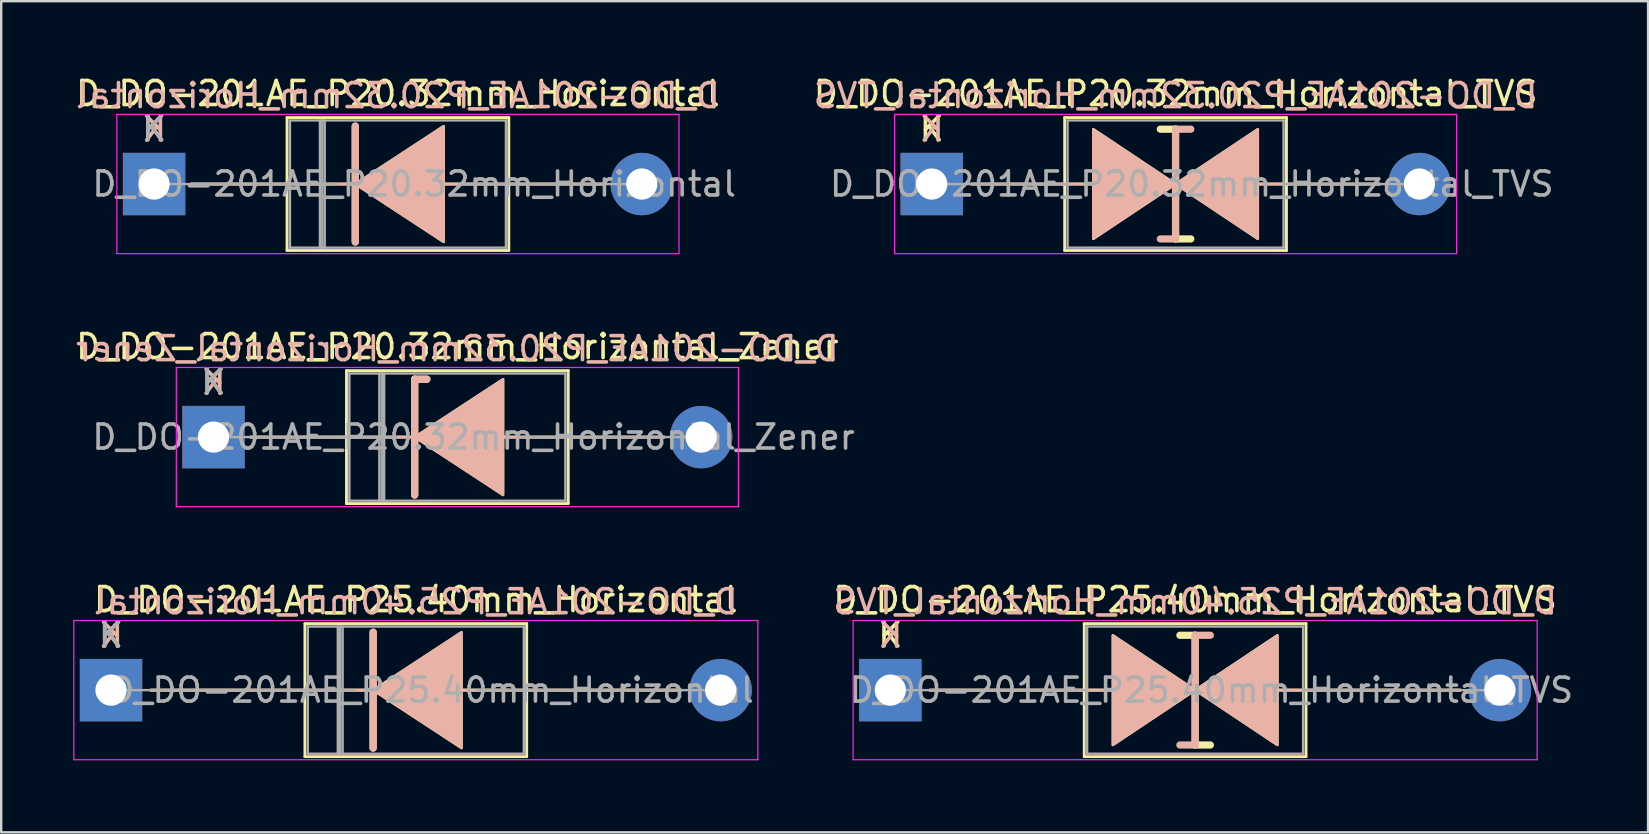
<source format=kicad_pcb>
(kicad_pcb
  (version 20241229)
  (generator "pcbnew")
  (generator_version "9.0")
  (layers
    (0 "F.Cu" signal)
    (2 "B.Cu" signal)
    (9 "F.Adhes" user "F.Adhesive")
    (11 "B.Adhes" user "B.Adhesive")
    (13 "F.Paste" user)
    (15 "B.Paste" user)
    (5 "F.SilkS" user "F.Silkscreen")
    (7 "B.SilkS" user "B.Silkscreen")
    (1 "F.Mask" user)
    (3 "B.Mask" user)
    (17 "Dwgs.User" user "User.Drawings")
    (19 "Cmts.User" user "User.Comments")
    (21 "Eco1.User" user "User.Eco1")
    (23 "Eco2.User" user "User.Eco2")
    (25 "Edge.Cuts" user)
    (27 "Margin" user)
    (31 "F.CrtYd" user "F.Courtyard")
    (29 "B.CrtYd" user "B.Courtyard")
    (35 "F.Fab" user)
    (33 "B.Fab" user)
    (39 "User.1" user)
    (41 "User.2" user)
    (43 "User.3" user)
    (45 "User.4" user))
  (footprint "D_DO-201AE_P25.40mm_Horizontal_TVS"
    (layer "F.Cu")
    (at 34.046 25.705)
    (property "Reference" "D_DO-201AE_P25.40mm_Horizontal_TVS" (at 12.7 -3.77 0) (layer "F.SilkS") (effects (font (size 1 1) (thickness 0.15))))
    (fp_line (start 1.651 0) (end 8.08 0) (stroke (width 0.12) (type solid)) (layer "F.SilkS"))
    (fp_line (start 8.08 -2.77) (end 8.08 2.77) (stroke (width 0.12) (type solid)) (layer "F.SilkS"))
    (fp_line (start 8.08 0) (end 9.271 0) (stroke (width 0.12) (type solid)) (layer "F.SilkS"))
    (fp_line (start 8.08 2.77) (end 17.32 2.77) (stroke (width 0.12) (type solid)) (layer "F.SilkS"))
    (fp_line (start 12.7 -2.286) (end 12.065 -2.286) (stroke (width 0.3) (type solid)) (layer "F.SilkS"))
    (fp_line (start 12.7 2.286) (end 12.7 -2.286) (stroke (width 0.3) (type solid)) (layer "F.SilkS"))
    (fp_line (start 13.335 2.286) (end 12.7 2.286) (stroke (width 0.3) (type solid)) (layer "F.SilkS"))
    (fp_line (start 16.129 0) (end 17.32 0) (stroke (width 0.12) (type solid)) (layer "F.SilkS"))
    (fp_line (start 17.32 -2.77) (end 8.08 -2.77) (stroke (width 0.12) (type solid)) (layer "F.SilkS"))
    (fp_line (start 17.32 2.77) (end 17.32 -2.77) (stroke (width 0.12) (type solid)) (layer "F.SilkS"))
    (fp_line (start 23.749 0) (end 17.32 0) (stroke (width 0.12) (type solid)) (layer "F.SilkS"))
    (fp_poly (pts (xy 12.7 0) (xy 9.271 2.286) (xy 9.271 -2.286)) (stroke (width 0.1) (type solid)) (fill yes) (layer "F.SilkS"))
    (fp_poly (pts (xy 12.7 0) (xy 16.129 -2.286) (xy 16.129 2.286)) (stroke (width 0.1) (type solid)) (fill yes) (layer "F.SilkS"))
    (fp_line (start 1.651 0) (end 8.08 0) (stroke (width 0.12) (type solid)) (layer "B.SilkS"))
    (fp_line (start 8.08 0) (end 9.271 0) (stroke (width 0.12) (type solid)) (layer "B.SilkS"))
    (fp_line (start 12.7 -2.286) (end 12.7 2.286) (stroke (width 0.3) (type solid)) (layer "B.SilkS"))
    (fp_line (start 12.7 2.286) (end 12.065 2.286) (stroke (width 0.3) (type solid)) (layer "B.SilkS"))
    (fp_line (start 13.335 -2.286) (end 12.7 -2.286) (stroke (width 0.3) (type solid)) (layer "B.SilkS"))
    (fp_line (start 16.129 0) (end 17.32 0) (stroke (width 0.12) (type solid)) (layer "B.SilkS"))
    (fp_line (start 23.749 0) (end 17.32 0) (stroke (width 0.12) (type solid)) (layer "B.SilkS"))
    (fp_poly (pts (xy 12.7 0) (xy 9.271 -2.286) (xy 9.271 2.286)) (stroke (width 0.1) (type solid)) (fill yes) (layer "B.SilkS"))
    (fp_poly (pts (xy 12.7 0) (xy 16.129 2.286) (xy 16.129 -2.286)) (stroke (width 0.1) (type solid)) (fill yes) (layer "B.SilkS"))
    (fp_line (start -1.55 -2.9) (end -1.55 2.9) (stroke (width 0.05) (type solid)) (layer "F.CrtYd"))
    (fp_line (start -1.55 2.9) (end 26.95 2.9) (stroke (width 0.05) (type solid)) (layer "F.CrtYd"))
    (fp_line (start 26.95 -2.9) (end -1.55 -2.9) (stroke (width 0.05) (type solid)) (layer "F.CrtYd"))
    (fp_line (start 26.95 2.9) (end 26.95 -2.9) (stroke (width 0.05) (type solid)) (layer "F.CrtYd"))
    (fp_line (start 0 0) (end 8.2 0) (stroke (width 0.1) (type solid)) (layer "F.Fab"))
    (fp_line (start 8.2 -2.65) (end 8.2 2.65) (stroke (width 0.1) (type solid)) (layer "F.Fab"))
    (fp_line (start 8.2 2.65) (end 17.2 2.65) (stroke (width 0.1) (type solid)) (layer "F.Fab"))
    (fp_line (start 17.2 -2.65) (end 8.2 -2.65) (stroke (width 0.1) (type solid)) (layer "F.Fab"))
    (fp_line (start 17.2 2.65) (end 17.2 -2.65) (stroke (width 0.1) (type solid)) (layer "F.Fab"))
    (fp_line (start 25.4 0) (end 17.2 0) (stroke (width 0.1) (type solid)) (layer "F.Fab"))
    (fp_text user "K" (at 0 -2.3 0) (layer "F.SilkS") (effects (font (size 1 1) (thickness 0.15))))
    (fp_text user "${REFERENCE}" (at 12.7 -3.683 0) (layer "B.SilkS") (effects (font (size 1 1) (thickness 0.15)) (justify mirror)))
    (fp_text user "K" (at 0 -2.286 0) (layer "B.SilkS") (effects (font (size 1 1) (thickness 0.15)) (justify mirror)))
    (fp_text user "${REFERENCE}" (at 13.375 0 0) (layer "F.Fab") (effects (font (size 1 1) (thickness 0.15))))
    (pad "1" thru_hole rect (at 0 0) (size 2.6 2.6) (drill 1.3) (layers "*.Cu" "*.Mask"))
    (pad "2" thru_hole oval (at 25.4 0) (size 2.6 2.6) (drill 1.3) (layers "*.Cu" "*.Mask")))
  (footprint "D_DO-201AE_P20.32mm_Horizontal_Zener"
    (layer "F.Cu")
    (at 5.846 15.162)
    (property "Reference" "D_DO-201AE_P20.32mm_Horizontal_Zener" (at 10.16 -3.77 0) (layer "F.SilkS") (effects (font (size 1 1) (thickness 0.15))))
    (fp_line (start 1.54 0) (end 5.54 0) (stroke (width 0.12) (type solid)) (layer "F.SilkS"))
    (fp_line (start 5.54 -2.77) (end 5.54 2.77) (stroke (width 0.12) (type solid)) (layer "F.SilkS"))
    (fp_line (start 5.54 2.77) (end 14.78 2.77) (stroke (width 0.12) (type solid)) (layer "F.SilkS"))
    (fp_line (start 8.382 -2.413) (end 8.382 2.413) (stroke (width 0.3) (type solid)) (layer "F.SilkS"))
    (fp_line (start 8.382 -2.413) (end 8.89 -2.413) (stroke (width 0.3) (type solid)) (layer "F.SilkS"))
    (fp_line (start 8.509 0) (end 5.54 0) (stroke (width 0.12) (type solid)) (layer "F.SilkS"))
    (fp_line (start 12.065 0) (end 14.78 0) (stroke (width 0.12) (type solid)) (layer "F.SilkS"))
    (fp_line (start 14.78 -2.77) (end 5.54 -2.77) (stroke (width 0.12) (type solid)) (layer "F.SilkS"))
    (fp_line (start 14.78 2.77) (end 14.78 -2.77) (stroke (width 0.12) (type solid)) (layer "F.SilkS"))
    (fp_line (start 18.78 0) (end 14.78 0) (stroke (width 0.12) (type solid)) (layer "F.SilkS"))
    (fp_poly (pts (xy 12.065 2.413) (xy 8.382 0) (xy 12.065 -2.413)) (stroke (width 0.1) (type solid)) (fill yes) (layer "F.SilkS"))
    (fp_line (start 1.54 0) (end 5.54 0) (stroke (width 0.12) (type solid)) (layer "B.SilkS"))
    (fp_line (start 8.382 -2.413) (end 8.89 -2.413) (stroke (width 0.3) (type solid)) (layer "B.SilkS"))
    (fp_line (start 8.382 2.413) (end 8.382 -2.413) (stroke (width 0.3) (type solid)) (layer "B.SilkS"))
    (fp_line (start 8.509 0) (end 5.54 0) (stroke (width 0.12) (type solid)) (layer "B.SilkS"))
    (fp_line (start 12.065 0) (end 14.78 0) (stroke (width 0.12) (type solid)) (layer "B.SilkS"))
    (fp_line (start 18.78 0) (end 14.78 0) (stroke (width 0.12) (type solid)) (layer "B.SilkS"))
    (fp_poly (pts (xy 12.065 -2.413) (xy 8.382 0) (xy 12.065 2.413)) (stroke (width 0.1) (type solid)) (fill yes) (layer "B.SilkS"))
    (fp_line (start -1.55 -2.9) (end -1.55 2.9) (stroke (width 0.05) (type solid)) (layer "F.CrtYd"))
    (fp_line (start -1.55 2.9) (end 21.87 2.9) (stroke (width 0.05) (type solid)) (layer "F.CrtYd"))
    (fp_line (start 21.87 -2.9) (end -1.55 -2.9) (stroke (width 0.05) (type solid)) (layer "F.CrtYd"))
    (fp_line (start 21.87 2.9) (end 21.87 -2.9) (stroke (width 0.05) (type solid)) (layer "F.CrtYd"))
    (fp_line (start 0 0) (end 7.62 0) (stroke (width 0.1) (type solid)) (layer "F.Fab"))
    (fp_line (start 5.66 -2.65) (end 5.66 2.65) (stroke (width 0.1) (type solid)) (layer "F.Fab"))
    (fp_line (start 5.66 2.65) (end 14.66 2.65) (stroke (width 0.1) (type solid)) (layer "F.Fab"))
    (fp_line (start 6.91 -2.65) (end 6.91 2.65) (stroke (width 0.1) (type solid)) (layer "F.Fab"))
    (fp_line (start 7.01 -2.65) (end 7.01 2.65) (stroke (width 0.1) (type solid)) (layer "F.Fab"))
    (fp_line (start 7.11 -2.65) (end 7.11 2.65) (stroke (width 0.1) (type solid)) (layer "F.Fab"))
    (fp_line (start 14.66 -2.65) (end 5.66 -2.65) (stroke (width 0.1) (type solid)) (layer "F.Fab"))
    (fp_line (start 14.66 2.65) (end 14.66 -2.65) (stroke (width 0.1) (type solid)) (layer "F.Fab"))
    (fp_line (start 20.32 0) (end 12.7 0) (stroke (width 0.1) (type solid)) (layer "F.Fab"))
    (fp_text user "K" (at 0 -2.3 0) (layer "F.SilkS") (effects (font (size 1 1) (thickness 0.15))))
    (fp_text user "${REFERENCE}" (at 10.16 -3.683 0) (layer "B.SilkS") (effects (font (size 1 1) (thickness 0.15)) (justify mirror)))
    (fp_text user "K" (at 0 -2.286 0) (layer "B.SilkS") (effects (font (size 1 1) (thickness 0.15)) (justify mirror)))
    (fp_text user "${REFERENCE}" (at 10.835 0 0) (layer "F.Fab") (effects (font (size 1 1) (thickness 0.15))))
    (fp_text user "K" (at 0 -2.3 0) (layer "F.Fab") (effects (font (size 1 1) (thickness 0.15))))
    (pad "1" thru_hole rect (at 0 0) (size 2.6 2.6) (drill 1.3) (layers "*.Cu" "*.Mask"))
    (pad "2" thru_hole oval (at 20.32 0) (size 2.6 2.6) (drill 1.3) (layers "*.Cu" "*.Mask")))
  (footprint "D_DO-201AE_P20.32mm_Horizontal"
    (layer "F.Cu")
    (at 3.37 4.618)
    (property "Reference" "D_DO-201AE_P20.32mm_Horizontal" (at 10.16 -3.77 0) (layer "F.SilkS") (effects (font (size 1 1) (thickness 0.15))))
    (fp_line (start 1.54 0) (end 5.54 0) (stroke (width 0.12) (type solid)) (layer "F.SilkS"))
    (fp_line (start 5.54 -2.77) (end 5.54 2.77) (stroke (width 0.12) (type solid)) (layer "F.SilkS"))
    (fp_line (start 5.54 2.77) (end 14.78 2.77) (stroke (width 0.12) (type solid)) (layer "F.SilkS"))
    (fp_line (start 8.382 -2.413) (end 8.382 2.413) (stroke (width 0.3) (type solid)) (layer "F.SilkS"))
    (fp_line (start 8.509 0) (end 5.54 0) (stroke (width 0.12) (type solid)) (layer "F.SilkS"))
    (fp_line (start 12.065 0) (end 14.78 0) (stroke (width 0.12) (type solid)) (layer "F.SilkS"))
    (fp_line (start 14.78 -2.77) (end 5.54 -2.77) (stroke (width 0.12) (type solid)) (layer "F.SilkS"))
    (fp_line (start 14.78 2.77) (end 14.78 -2.77) (stroke (width 0.12) (type solid)) (layer "F.SilkS"))
    (fp_line (start 18.78 0) (end 14.78 0) (stroke (width 0.12) (type solid)) (layer "F.SilkS"))
    (fp_poly (pts (xy 12.065 2.413) (xy 8.382 0) (xy 12.065 -2.413)) (stroke (width 0.1) (type solid)) (fill yes) (layer "F.SilkS"))
    (fp_line (start 1.54 0) (end 5.54 0) (stroke (width 0.12) (type solid)) (layer "B.SilkS"))
    (fp_line (start 8.382 2.413) (end 8.382 -2.413) (stroke (width 0.3) (type solid)) (layer "B.SilkS"))
    (fp_line (start 8.509 0) (end 5.54 0) (stroke (width 0.12) (type solid)) (layer "B.SilkS"))
    (fp_line (start 12.065 0) (end 14.78 0) (stroke (width 0.12) (type solid)) (layer "B.SilkS"))
    (fp_line (start 18.78 0) (end 14.78 0) (stroke (width 0.12) (type solid)) (layer "B.SilkS"))
    (fp_poly (pts (xy 12.065 -2.413) (xy 8.382 0) (xy 12.065 2.413)) (stroke (width 0.1) (type solid)) (fill yes) (layer "B.SilkS"))
    (fp_line (start -1.55 -2.9) (end -1.55 2.9) (stroke (width 0.05) (type solid)) (layer "F.CrtYd"))
    (fp_line (start -1.55 2.9) (end 21.87 2.9) (stroke (width 0.05) (type solid)) (layer "F.CrtYd"))
    (fp_line (start 21.87 -2.9) (end -1.55 -2.9) (stroke (width 0.05) (type solid)) (layer "F.CrtYd"))
    (fp_line (start 21.87 2.9) (end 21.87 -2.9) (stroke (width 0.05) (type solid)) (layer "F.CrtYd"))
    (fp_line (start 0 0) (end 7.62 0) (stroke (width 0.1) (type solid)) (layer "F.Fab"))
    (fp_line (start 5.66 -2.65) (end 5.66 2.65) (stroke (width 0.1) (type solid)) (layer "F.Fab"))
    (fp_line (start 5.66 2.65) (end 14.66 2.65) (stroke (width 0.1) (type solid)) (layer "F.Fab"))
    (fp_line (start 6.91 -2.65) (end 6.91 2.65) (stroke (width 0.1) (type solid)) (layer "F.Fab"))
    (fp_line (start 7.01 -2.65) (end 7.01 2.65) (stroke (width 0.1) (type solid)) (layer "F.Fab"))
    (fp_line (start 7.11 -2.65) (end 7.11 2.65) (stroke (width 0.1) (type solid)) (layer "F.Fab"))
    (fp_line (start 14.66 -2.65) (end 5.66 -2.65) (stroke (width 0.1) (type solid)) (layer "F.Fab"))
    (fp_line (start 14.66 2.65) (end 14.66 -2.65) (stroke (width 0.1) (type solid)) (layer "F.Fab"))
    (fp_line (start 20.32 0) (end 12.7 0) (stroke (width 0.1) (type solid)) (layer "F.Fab"))
    (fp_text user "K" (at 0 -2.3 0) (layer "F.SilkS") (effects (font (size 1 1) (thickness 0.15))))
    (fp_text user "K" (at 0 -2.286 0) (layer "B.SilkS") (effects (font (size 1 1) (thickness 0.15)) (justify mirror)))
    (fp_text user "${REFERENCE}" (at 10.16 -3.683 0) (layer "B.SilkS") (effects (font (size 1 1) (thickness 0.15)) (justify mirror)))
    (fp_text user "${REFERENCE}" (at 10.835 0 0) (layer "F.Fab") (effects (font (size 1 1) (thickness 0.15))))
    (fp_text user "K" (at 0 -2.3 0) (layer "F.Fab") (effects (font (size 1 1) (thickness 0.15))))
    (pad "1" thru_hole rect (at 0 0) (size 2.6 2.6) (drill 1.3) (layers "*.Cu" "*.Mask"))
    (pad "2" thru_hole oval (at 20.32 0) (size 2.6 2.6) (drill 1.3) (layers "*.Cu" "*.Mask")))
  (footprint "D_DO-201AE_P20.32mm_Horizontal_TVS"
    (layer "F.Cu")
    (at 35.771 4.618)
    (property "Reference" "D_DO-201AE_P20.32mm_Horizontal_TVS" (at 10.16 -3.77 0) (layer "F.SilkS") (effects (font (size 1 1) (thickness 0.15))))
    (fp_line (start 1.651 0) (end 5.54 0) (stroke (width 0.12) (type solid)) (layer "F.SilkS"))
    (fp_line (start 5.54 -2.77) (end 5.54 2.77) (stroke (width 0.12) (type solid)) (layer "F.SilkS"))
    (fp_line (start 5.54 0) (end 6.731 0) (stroke (width 0.12) (type solid)) (layer "F.SilkS"))
    (fp_line (start 5.54 2.77) (end 14.78 2.77) (stroke (width 0.12) (type solid)) (layer "F.SilkS"))
    (fp_line (start 10.16 -2.286) (end 9.525 -2.286) (stroke (width 0.3) (type solid)) (layer "F.SilkS"))
    (fp_line (start 10.16 2.286) (end 10.16 -2.286) (stroke (width 0.3) (type solid)) (layer "F.SilkS"))
    (fp_line (start 10.795 2.286) (end 10.16 2.286) (stroke (width 0.3) (type solid)) (layer "F.SilkS"))
    (fp_line (start 13.589 0) (end 14.78 0) (stroke (width 0.12) (type solid)) (layer "F.SilkS"))
    (fp_line (start 14.78 -2.77) (end 5.54 -2.77) (stroke (width 0.12) (type solid)) (layer "F.SilkS"))
    (fp_line (start 14.78 2.77) (end 14.78 -2.77) (stroke (width 0.12) (type solid)) (layer "F.SilkS"))
    (fp_line (start 18.669 0) (end 14.78 0) (stroke (width 0.12) (type solid)) (layer "F.SilkS"))
    (fp_poly (pts (xy 10.16 0) (xy 6.731 2.286) (xy 6.731 -2.286)) (stroke (width 0.1) (type solid)) (fill yes) (layer "F.SilkS"))
    (fp_poly (pts (xy 10.16 0) (xy 13.589 -2.286) (xy 13.589 2.286)) (stroke (width 0.1) (type solid)) (fill yes) (layer "F.SilkS"))
    (fp_line (start 1.651 0) (end 5.54 0) (stroke (width 0.12) (type solid)) (layer "B.SilkS"))
    (fp_line (start 5.54 0) (end 6.731 0) (stroke (width 0.12) (type solid)) (layer "B.SilkS"))
    (fp_line (start 10.16 -2.286) (end 10.16 2.286) (stroke (width 0.3) (type solid)) (layer "B.SilkS"))
    (fp_line (start 10.16 2.286) (end 9.525 2.286) (stroke (width 0.3) (type solid)) (layer "B.SilkS"))
    (fp_line (start 10.795 -2.286) (end 10.16 -2.286) (stroke (width 0.3) (type solid)) (layer "B.SilkS"))
    (fp_line (start 13.589 0) (end 14.78 0) (stroke (width 0.12) (type solid)) (layer "B.SilkS"))
    (fp_line (start 18.669 0) (end 14.78 0) (stroke (width 0.12) (type solid)) (layer "B.SilkS"))
    (fp_poly (pts (xy 10.16 0) (xy 6.731 -2.286) (xy 6.731 2.286)) (stroke (width 0.1) (type solid)) (fill yes) (layer "B.SilkS"))
    (fp_poly (pts (xy 10.16 0) (xy 13.589 2.286) (xy 13.589 -2.286)) (stroke (width 0.1) (type solid)) (fill yes) (layer "B.SilkS"))
    (fp_line (start -1.55 -2.9) (end -1.55 2.9) (stroke (width 0.05) (type solid)) (layer "F.CrtYd"))
    (fp_line (start -1.55 2.9) (end 21.87 2.9) (stroke (width 0.05) (type solid)) (layer "F.CrtYd"))
    (fp_line (start 21.87 -2.9) (end -1.55 -2.9) (stroke (width 0.05) (type solid)) (layer "F.CrtYd"))
    (fp_line (start 21.87 2.9) (end 21.87 -2.9) (stroke (width 0.05) (type solid)) (layer "F.CrtYd"))
    (fp_line (start 0 0) (end 5.66 0) (stroke (width 0.1) (type solid)) (layer "F.Fab"))
    (fp_line (start 5.66 -2.65) (end 5.66 2.65) (stroke (width 0.1) (type solid)) (layer "F.Fab"))
    (fp_line (start 5.66 2.65) (end 14.66 2.65) (stroke (width 0.1) (type solid)) (layer "F.Fab"))
    (fp_line (start 14.66 -2.65) (end 5.66 -2.65) (stroke (width 0.1) (type solid)) (layer "F.Fab"))
    (fp_line (start 14.66 2.65) (end 14.66 -2.65) (stroke (width 0.1) (type solid)) (layer "F.Fab"))
    (fp_line (start 20.32 0) (end 14.66 0) (stroke (width 0.1) (type solid)) (layer "F.Fab"))
    (fp_text user "K" (at 0 -2.3 0) (layer "F.SilkS") (effects (font (size 1 1) (thickness 0.15))))
    (fp_text user "K" (at 0 -2.286 0) (layer "B.SilkS") (effects (font (size 1 1) (thickness 0.15)) (justify mirror)))
    (fp_text user "${REFERENCE}" (at 10.16 -3.683 0) (layer "B.SilkS") (effects (font (size 1 1) (thickness 0.15)) (justify mirror)))
    (fp_text user "${REFERENCE}" (at 10.835 0 0) (layer "F.Fab") (effects (font (size 1 1) (thickness 0.15))))
    (pad "1" thru_hole rect (at 0 0) (size 2.6 2.6) (drill 1.3) (layers "*.Cu" "*.Mask"))
    (pad "2" thru_hole oval (at 20.32 0) (size 2.6 2.6) (drill 1.3) (layers "*.Cu" "*.Mask")))
  (footprint "D_DO-201AE_P25.40mm_Horizontal"
    (layer "F.Cu")
    (at 1.575 25.705)
    (property "Reference" "D_DO-201AE_P25.40mm_Horizontal" (at 12.7 -3.77 0) (layer "F.SilkS") (effects (font (size 1 1) (thickness 0.15))))
    (fp_line (start 1.651 0) (end 8.08 0) (stroke (width 0.12) (type solid)) (layer "F.SilkS"))
    (fp_line (start 8.08 -2.77) (end 8.08 2.77) (stroke (width 0.12) (type solid)) (layer "F.SilkS"))
    (fp_line (start 8.08 2.77) (end 17.32 2.77) (stroke (width 0.12) (type solid)) (layer "F.SilkS"))
    (fp_line (start 10.922 -2.413) (end 10.922 2.413) (stroke (width 0.3) (type solid)) (layer "F.SilkS"))
    (fp_line (start 11.049 0) (end 8.08 0) (stroke (width 0.12) (type solid)) (layer "F.SilkS"))
    (fp_line (start 14.605 0) (end 17.32 0) (stroke (width 0.12) (type solid)) (layer "F.SilkS"))
    (fp_line (start 17.32 -2.77) (end 8.08 -2.77) (stroke (width 0.12) (type solid)) (layer "F.SilkS"))
    (fp_line (start 17.32 2.77) (end 17.32 -2.77) (stroke (width 0.12) (type solid)) (layer "F.SilkS"))
    (fp_line (start 23.749 0) (end 17.32 0) (stroke (width 0.12) (type solid)) (layer "F.SilkS"))
    (fp_poly (pts (xy 14.605 2.413) (xy 10.922 0) (xy 14.605 -2.413)) (stroke (width 0.1) (type solid)) (fill yes) (layer "F.SilkS"))
    (fp_line (start 1.651 0) (end 8.08 0) (stroke (width 0.12) (type solid)) (layer "B.SilkS"))
    (fp_line (start 10.922 2.413) (end 10.922 -2.413) (stroke (width 0.3) (type solid)) (layer "B.SilkS"))
    (fp_line (start 11.049 0) (end 8.08 0) (stroke (width 0.12) (type solid)) (layer "B.SilkS"))
    (fp_line (start 14.605 0) (end 17.32 0) (stroke (width 0.12) (type solid)) (layer "B.SilkS"))
    (fp_line (start 23.749 0) (end 17.32 0) (stroke (width 0.12) (type solid)) (layer "B.SilkS"))
    (fp_poly (pts (xy 14.605 -2.413) (xy 10.922 0) (xy 14.605 2.413)) (stroke (width 0.1) (type solid)) (fill yes) (layer "B.SilkS"))
    (fp_line (start -1.55 -2.9) (end -1.55 2.9) (stroke (width 0.05) (type solid)) (layer "F.CrtYd"))
    (fp_line (start -1.55 2.9) (end 26.95 2.9) (stroke (width 0.05) (type solid)) (layer "F.CrtYd"))
    (fp_line (start 26.95 -2.9) (end -1.55 -2.9) (stroke (width 0.05) (type solid)) (layer "F.CrtYd"))
    (fp_line (start 26.95 2.9) (end 26.95 -2.9) (stroke (width 0.05) (type solid)) (layer "F.CrtYd"))
    (fp_line (start 0 0) (end 10.16 0) (stroke (width 0.1) (type solid)) (layer "F.Fab"))
    (fp_line (start 8.2 -2.65) (end 8.2 2.65) (stroke (width 0.1) (type solid)) (layer "F.Fab"))
    (fp_line (start 8.2 2.65) (end 17.2 2.65) (stroke (width 0.1) (type solid)) (layer "F.Fab"))
    (fp_line (start 9.45 -2.65) (end 9.45 2.65) (stroke (width 0.1) (type solid)) (layer "F.Fab"))
    (fp_line (start 9.55 -2.65) (end 9.55 2.65) (stroke (width 0.1) (type solid)) (layer "F.Fab"))
    (fp_line (start 9.65 -2.65) (end 9.65 2.65) (stroke (width 0.1) (type solid)) (layer "F.Fab"))
    (fp_line (start 17.2 -2.65) (end 8.2 -2.65) (stroke (width 0.1) (type solid)) (layer "F.Fab"))
    (fp_line (start 17.2 2.65) (end 17.2 -2.65) (stroke (width 0.1) (type solid)) (layer "F.Fab"))
    (fp_line (start 25.4 0) (end 15.24 0) (stroke (width 0.1) (type solid)) (layer "F.Fab"))
    (fp_text user "K" (at 0 -2.3 0) (layer "F.SilkS") (effects (font (size 1 1) (thickness 0.15))))
    (fp_text user "K" (at 0 -2.286 0) (layer "B.SilkS") (effects (font (size 1 1) (thickness 0.15)) (justify mirror)))
    (fp_text user "${REFERENCE}" (at 12.7 -3.683 0) (layer "B.SilkS") (effects (font (size 1 1) (thickness 0.15)) (justify mirror)))
    (fp_text user "${REFERENCE}" (at 13.375 0 0) (layer "F.Fab") (effects (font (size 1 1) (thickness 0.15))))
    (fp_text user "K" (at 0 -2.3 0) (layer "F.Fab") (effects (font (size 1 1) (thickness 0.15))))
    (pad "1" thru_hole rect (at 0 0) (size 2.6 2.6) (drill 1.3) (layers "*.Cu" "*.Mask"))
    (pad "2" thru_hole oval (at 25.4 0) (size 2.6 2.6) (drill 1.3) (layers "*.Cu" "*.Mask")))
  (gr_rect
    (start -3 -3)
    (end 65.618 31.63)
    (stroke (width 0.1) (type default))
    (fill no)
    (layer "Edge.Cuts")))
</source>
